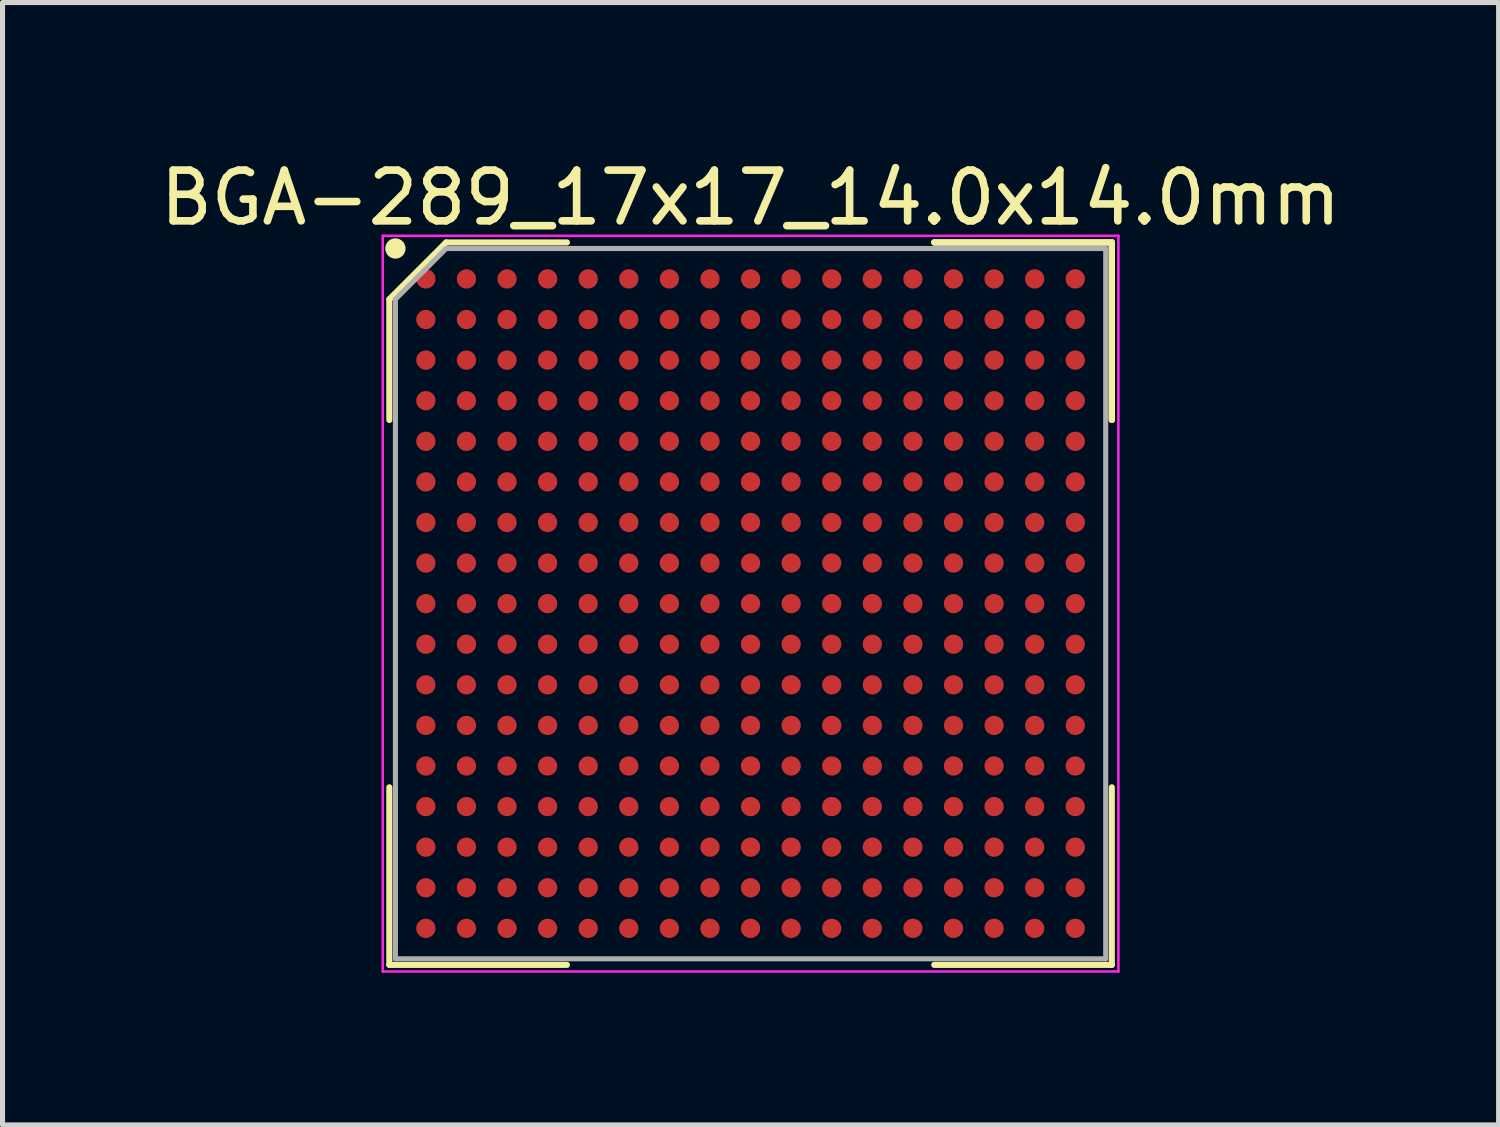
<source format=kicad_pcb>
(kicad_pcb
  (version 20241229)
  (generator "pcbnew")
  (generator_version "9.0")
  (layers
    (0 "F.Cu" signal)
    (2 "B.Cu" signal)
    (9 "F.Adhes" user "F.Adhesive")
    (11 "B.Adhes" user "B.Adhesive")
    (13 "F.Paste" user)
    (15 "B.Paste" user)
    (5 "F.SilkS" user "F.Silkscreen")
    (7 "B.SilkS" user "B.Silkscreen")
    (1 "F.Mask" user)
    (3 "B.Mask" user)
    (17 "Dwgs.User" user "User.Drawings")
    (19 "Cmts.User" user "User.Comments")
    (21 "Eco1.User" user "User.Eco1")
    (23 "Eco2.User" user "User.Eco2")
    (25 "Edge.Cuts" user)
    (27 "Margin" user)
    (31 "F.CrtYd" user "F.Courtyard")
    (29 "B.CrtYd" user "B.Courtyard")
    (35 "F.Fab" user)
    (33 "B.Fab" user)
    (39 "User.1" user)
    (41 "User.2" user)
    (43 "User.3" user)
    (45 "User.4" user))
  (footprint "BGA-289_17x17_14.0x14.0mm"
    (layer "F.Cu")
    (at 11.744 8.848)
    (property "Reference" "BGA-289_17x17_14.0x14.0mm" (at 0 -8 0) (layer "F.SilkS") (effects (font (size 1 1) (thickness 0.15))))
    (attr through_hole)
    (fp_line (start -7.12 -6) (end -7.12 -3.62) (stroke (width 0.12) (type solid)) (layer "F.SilkS"))
    (fp_line (start -7.12 7.12) (end -7.12 3.62) (stroke (width 0.12) (type solid)) (layer "F.SilkS"))
    (fp_line (start -6 -7.12) (end -7.12 -6) (stroke (width 0.12) (type solid)) (layer "F.SilkS"))
    (fp_line (start -3.62 -7.12) (end -6 -7.12) (stroke (width 0.12) (type solid)) (layer "F.SilkS"))
    (fp_line (start -3.62 7.12) (end -7.12 7.12) (stroke (width 0.12) (type solid)) (layer "F.SilkS"))
    (fp_line (start 3.62 -7.12) (end 7.12 -7.12) (stroke (width 0.12) (type solid)) (layer "F.SilkS"))
    (fp_line (start 3.62 -7.12) (end 7.12 -7.12) (stroke (width 0.12) (type solid)) (layer "F.SilkS"))
    (fp_line (start 3.62 -7.12) (end 7.12 -7.12) (stroke (width 0.12) (type solid)) (layer "F.SilkS"))
    (fp_line (start 3.62 7.12) (end 7.12 7.12) (stroke (width 0.12) (type solid)) (layer "F.SilkS"))
    (fp_line (start 7.12 -7.12) (end 7.12 -3.62) (stroke (width 0.12) (type solid)) (layer "F.SilkS"))
    (fp_line (start 7.12 -7.12) (end 7.12 -3.62) (stroke (width 0.12) (type solid)) (layer "F.SilkS"))
    (fp_line (start 7.12 -7.12) (end 7.12 -3.62) (stroke (width 0.12) (type solid)) (layer "F.SilkS"))
    (fp_line (start 7.12 7.12) (end 7.12 3.62) (stroke (width 0.12) (type solid)) (layer "F.SilkS"))
    (fp_circle (center -7 -7) (end -7 -6.9) (stroke (width 0.2) (type solid)) (fill no) (layer "F.SilkS"))
    (fp_line (start -7.25 -7.25) (end 7.25 -7.25) (stroke (width 0.05) (type solid)) (layer "F.CrtYd"))
    (fp_line (start -7.25 7.25) (end -7.25 -7.25) (stroke (width 0.05) (type solid)) (layer "F.CrtYd"))
    (fp_line (start 7.25 -7.25) (end 7.25 7.25) (stroke (width 0.05) (type solid)) (layer "F.CrtYd"))
    (fp_line (start 7.25 7.25) (end -7.25 7.25) (stroke (width 0.05) (type solid)) (layer "F.CrtYd"))
    (fp_line (start -7 -6) (end -7 7) (stroke (width 0.1) (type solid)) (layer "F.Fab"))
    (fp_line (start -7 7) (end 7 7) (stroke (width 0.1) (type solid)) (layer "F.Fab"))
    (fp_line (start -6 -7) (end -7 -6) (stroke (width 0.1) (type solid)) (layer "F.Fab"))
    (fp_line (start 7 -7) (end -6 -7) (stroke (width 0.1) (type solid)) (layer "F.Fab"))
    (fp_line (start 7 7) (end 7 -7) (stroke (width 0.1) (type solid)) (layer "F.Fab"))
    (pad "A1" smd circle (at -6.4 -6.4) (size 0.38 0.38) (layers "F.Cu" "F.Mask" "F.Paste"))
    (pad "A2" smd circle (at -5.6 -6.4) (size 0.38 0.38) (layers "F.Cu" "F.Mask" "F.Paste"))
    (pad "A3" smd circle (at -4.8 -6.4) (size 0.38 0.38) (layers "F.Cu" "F.Mask" "F.Paste"))
    (pad "A4" smd circle (at -4 -6.4) (size 0.38 0.38) (layers "F.Cu" "F.Mask" "F.Paste"))
    (pad "A5" smd circle (at -3.2 -6.4) (size 0.38 0.38) (layers "F.Cu" "F.Mask" "F.Paste"))
    (pad "A6" smd circle (at -2.4 -6.4) (size 0.38 0.38) (layers "F.Cu" "F.Mask" "F.Paste"))
    (pad "A7" smd circle (at -1.6 -6.4) (size 0.38 0.38) (layers "F.Cu" "F.Mask" "F.Paste"))
    (pad "A8" smd circle (at -0.8 -6.4) (size 0.38 0.38) (layers "F.Cu" "F.Mask" "F.Paste"))
    (pad "A9" smd circle (at 0 -6.4) (size 0.38 0.38) (layers "F.Cu" "F.Mask" "F.Paste"))
    (pad "A10" smd circle (at 0.8 -6.4) (size 0.38 0.38) (layers "F.Cu" "F.Mask" "F.Paste"))
    (pad "A11" smd circle (at 1.6 -6.4) (size 0.38 0.38) (layers "F.Cu" "F.Mask" "F.Paste"))
    (pad "A12" smd circle (at 2.4 -6.4) (size 0.38 0.38) (layers "F.Cu" "F.Mask" "F.Paste"))
    (pad "A13" smd circle (at 3.2 -6.4) (size 0.38 0.38) (layers "F.Cu" "F.Mask" "F.Paste"))
    (pad "A14" smd circle (at 4 -6.4) (size 0.38 0.38) (layers "F.Cu" "F.Mask" "F.Paste"))
    (pad "A15" smd circle (at 4.8 -6.4) (size 0.38 0.38) (layers "F.Cu" "F.Mask" "F.Paste"))
    (pad "A16" smd circle (at 5.6 -6.4) (size 0.38 0.38) (layers "F.Cu" "F.Mask" "F.Paste"))
    (pad "A17" smd circle (at 6.4 -6.4) (size 0.38 0.38) (layers "F.Cu" "F.Mask" "F.Paste"))
    (pad "B1" smd circle (at -6.4 -5.6) (size 0.38 0.38) (layers "F.Cu" "F.Mask" "F.Paste"))
    (pad "B2" smd circle (at -5.6 -5.6) (size 0.38 0.38) (layers "F.Cu" "F.Mask" "F.Paste"))
    (pad "B3" smd circle (at -4.8 -5.6) (size 0.38 0.38) (layers "F.Cu" "F.Mask" "F.Paste"))
    (pad "B4" smd circle (at -4 -5.6) (size 0.38 0.38) (layers "F.Cu" "F.Mask" "F.Paste"))
    (pad "B5" smd circle (at -3.2 -5.6) (size 0.38 0.38) (layers "F.Cu" "F.Mask" "F.Paste"))
    (pad "B6" smd circle (at -2.4 -5.6) (size 0.38 0.38) (layers "F.Cu" "F.Mask" "F.Paste"))
    (pad "B7" smd circle (at -1.6 -5.6) (size 0.38 0.38) (layers "F.Cu" "F.Mask" "F.Paste"))
    (pad "B8" smd circle (at -0.8 -5.6) (size 0.38 0.38) (layers "F.Cu" "F.Mask" "F.Paste"))
    (pad "B9" smd circle (at 0 -5.6) (size 0.38 0.38) (layers "F.Cu" "F.Mask" "F.Paste"))
    (pad "B10" smd circle (at 0.8 -5.6) (size 0.38 0.38) (layers "F.Cu" "F.Mask" "F.Paste"))
    (pad "B11" smd circle (at 1.6 -5.6) (size 0.38 0.38) (layers "F.Cu" "F.Mask" "F.Paste"))
    (pad "B12" smd circle (at 2.4 -5.6) (size 0.38 0.38) (layers "F.Cu" "F.Mask" "F.Paste"))
    (pad "B13" smd circle (at 3.2 -5.6) (size 0.38 0.38) (layers "F.Cu" "F.Mask" "F.Paste"))
    (pad "B14" smd circle (at 4 -5.6) (size 0.38 0.38) (layers "F.Cu" "F.Mask" "F.Paste"))
    (pad "B15" smd circle (at 4.8 -5.6) (size 0.38 0.38) (layers "F.Cu" "F.Mask" "F.Paste"))
    (pad "B16" smd circle (at 5.6 -5.6) (size 0.38 0.38) (layers "F.Cu" "F.Mask" "F.Paste"))
    (pad "B17" smd circle (at 6.4 -5.6) (size 0.38 0.38) (layers "F.Cu" "F.Mask" "F.Paste"))
    (pad "C1" smd circle (at -6.4 -4.8) (size 0.38 0.38) (layers "F.Cu" "F.Mask" "F.Paste"))
    (pad "C2" smd circle (at -5.6 -4.8) (size 0.38 0.38) (layers "F.Cu" "F.Mask" "F.Paste"))
    (pad "C3" smd circle (at -4.8 -4.8) (size 0.38 0.38) (layers "F.Cu" "F.Mask" "F.Paste"))
    (pad "C4" smd circle (at -4 -4.8) (size 0.38 0.38) (layers "F.Cu" "F.Mask" "F.Paste"))
    (pad "C5" smd circle (at -3.2 -4.8) (size 0.38 0.38) (layers "F.Cu" "F.Mask" "F.Paste"))
    (pad "C6" smd circle (at -2.4 -4.8) (size 0.38 0.38) (layers "F.Cu" "F.Mask" "F.Paste"))
    (pad "C7" smd circle (at -1.6 -4.8) (size 0.38 0.38) (layers "F.Cu" "F.Mask" "F.Paste"))
    (pad "C8" smd circle (at -0.8 -4.8) (size 0.38 0.38) (layers "F.Cu" "F.Mask" "F.Paste"))
    (pad "C9" smd circle (at 0 -4.8) (size 0.38 0.38) (layers "F.Cu" "F.Mask" "F.Paste"))
    (pad "C10" smd circle (at 0.8 -4.8) (size 0.38 0.38) (layers "F.Cu" "F.Mask" "F.Paste"))
    (pad "C11" smd circle (at 1.6 -4.8) (size 0.38 0.38) (layers "F.Cu" "F.Mask" "F.Paste"))
    (pad "C12" smd circle (at 2.4 -4.8) (size 0.38 0.38) (layers "F.Cu" "F.Mask" "F.Paste"))
    (pad "C13" smd circle (at 3.2 -4.8) (size 0.38 0.38) (layers "F.Cu" "F.Mask" "F.Paste"))
    (pad "C14" smd circle (at 4 -4.8) (size 0.38 0.38) (layers "F.Cu" "F.Mask" "F.Paste"))
    (pad "C15" smd circle (at 4.8 -4.8) (size 0.38 0.38) (layers "F.Cu" "F.Mask" "F.Paste"))
    (pad "C16" smd circle (at 5.6 -4.8) (size 0.38 0.38) (layers "F.Cu" "F.Mask" "F.Paste"))
    (pad "C17" smd circle (at 6.4 -4.8) (size 0.38 0.38) (layers "F.Cu" "F.Mask" "F.Paste"))
    (pad "D1" smd circle (at -6.4 -4) (size 0.38 0.38) (layers "F.Cu" "F.Mask" "F.Paste"))
    (pad "D2" smd circle (at -5.6 -4) (size 0.38 0.38) (layers "F.Cu" "F.Mask" "F.Paste"))
    (pad "D3" smd circle (at -4.8 -4) (size 0.38 0.38) (layers "F.Cu" "F.Mask" "F.Paste"))
    (pad "D4" smd circle (at -4 -4) (size 0.38 0.38) (layers "F.Cu" "F.Mask" "F.Paste"))
    (pad "D5" smd circle (at -3.2 -4) (size 0.38 0.38) (layers "F.Cu" "F.Mask" "F.Paste"))
    (pad "D6" smd circle (at -2.4 -4) (size 0.38 0.38) (layers "F.Cu" "F.Mask" "F.Paste"))
    (pad "D7" smd circle (at -1.6 -4) (size 0.38 0.38) (layers "F.Cu" "F.Mask" "F.Paste"))
    (pad "D8" smd circle (at -0.8 -4) (size 0.38 0.38) (layers "F.Cu" "F.Mask" "F.Paste"))
    (pad "D9" smd circle (at 0 -4) (size 0.38 0.38) (layers "F.Cu" "F.Mask" "F.Paste"))
    (pad "D10" smd circle (at 0.8 -4) (size 0.38 0.38) (layers "F.Cu" "F.Mask" "F.Paste"))
    (pad "D11" smd circle (at 1.6 -4) (size 0.38 0.38) (layers "F.Cu" "F.Mask" "F.Paste"))
    (pad "D12" smd circle (at 2.4 -4) (size 0.38 0.38) (layers "F.Cu" "F.Mask" "F.Paste"))
    (pad "D13" smd circle (at 3.2 -4) (size 0.38 0.38) (layers "F.Cu" "F.Mask" "F.Paste"))
    (pad "D14" smd circle (at 4 -4) (size 0.38 0.38) (layers "F.Cu" "F.Mask" "F.Paste"))
    (pad "D15" smd circle (at 4.8 -4) (size 0.38 0.38) (layers "F.Cu" "F.Mask" "F.Paste"))
    (pad "D16" smd circle (at 5.6 -4) (size 0.38 0.38) (layers "F.Cu" "F.Mask" "F.Paste"))
    (pad "D17" smd circle (at 6.4 -4) (size 0.38 0.38) (layers "F.Cu" "F.Mask" "F.Paste"))
    (pad "E1" smd circle (at -6.4 -3.2) (size 0.38 0.38) (layers "F.Cu" "F.Mask" "F.Paste"))
    (pad "E2" smd circle (at -5.6 -3.2) (size 0.38 0.38) (layers "F.Cu" "F.Mask" "F.Paste"))
    (pad "E3" smd circle (at -4.8 -3.2) (size 0.38 0.38) (layers "F.Cu" "F.Mask" "F.Paste"))
    (pad "E4" smd circle (at -4 -3.2) (size 0.38 0.38) (layers "F.Cu" "F.Mask" "F.Paste"))
    (pad "E5" smd circle (at -3.2 -3.2) (size 0.38 0.38) (layers "F.Cu" "F.Mask" "F.Paste"))
    (pad "E6" smd circle (at -2.4 -3.2) (size 0.38 0.38) (layers "F.Cu" "F.Mask" "F.Paste"))
    (pad "E7" smd circle (at -1.6 -3.2) (size 0.38 0.38) (layers "F.Cu" "F.Mask" "F.Paste"))
    (pad "E8" smd circle (at -0.8 -3.2) (size 0.38 0.38) (layers "F.Cu" "F.Mask" "F.Paste"))
    (pad "E9" smd circle (at 0 -3.2) (size 0.38 0.38) (layers "F.Cu" "F.Mask" "F.Paste"))
    (pad "E10" smd circle (at 0.8 -3.2) (size 0.38 0.38) (layers "F.Cu" "F.Mask" "F.Paste"))
    (pad "E11" smd circle (at 1.6 -3.2) (size 0.38 0.38) (layers "F.Cu" "F.Mask" "F.Paste"))
    (pad "E12" smd circle (at 2.4 -3.2) (size 0.38 0.38) (layers "F.Cu" "F.Mask" "F.Paste"))
    (pad "E13" smd circle (at 3.2 -3.2) (size 0.38 0.38) (layers "F.Cu" "F.Mask" "F.Paste"))
    (pad "E14" smd circle (at 4 -3.2) (size 0.38 0.38) (layers "F.Cu" "F.Mask" "F.Paste"))
    (pad "E15" smd circle (at 4.8 -3.2) (size 0.38 0.38) (layers "F.Cu" "F.Mask" "F.Paste"))
    (pad "E16" smd circle (at 5.6 -3.2) (size 0.38 0.38) (layers "F.Cu" "F.Mask" "F.Paste"))
    (pad "E17" smd circle (at 6.4 -3.2) (size 0.38 0.38) (layers "F.Cu" "F.Mask" "F.Paste"))
    (pad "F1" smd circle (at -6.4 -2.4) (size 0.38 0.38) (layers "F.Cu" "F.Mask" "F.Paste"))
    (pad "F2" smd circle (at -5.6 -2.4) (size 0.38 0.38) (layers "F.Cu" "F.Mask" "F.Paste"))
    (pad "F3" smd circle (at -4.8 -2.4) (size 0.38 0.38) (layers "F.Cu" "F.Mask" "F.Paste"))
    (pad "F4" smd circle (at -4 -2.4) (size 0.38 0.38) (layers "F.Cu" "F.Mask" "F.Paste"))
    (pad "F5" smd circle (at -3.2 -2.4) (size 0.38 0.38) (layers "F.Cu" "F.Mask" "F.Paste"))
    (pad "F6" smd circle (at -2.4 -2.4) (size 0.38 0.38) (layers "F.Cu" "F.Mask" "F.Paste"))
    (pad "F7" smd circle (at -1.6 -2.4) (size 0.38 0.38) (layers "F.Cu" "F.Mask" "F.Paste"))
    (pad "F8" smd circle (at -0.8 -2.4) (size 0.38 0.38) (layers "F.Cu" "F.Mask" "F.Paste"))
    (pad "F9" smd circle (at 0 -2.4) (size 0.38 0.38) (layers "F.Cu" "F.Mask" "F.Paste"))
    (pad "F10" smd circle (at 0.8 -2.4) (size 0.38 0.38) (layers "F.Cu" "F.Mask" "F.Paste"))
    (pad "F11" smd circle (at 1.6 -2.4) (size 0.38 0.38) (layers "F.Cu" "F.Mask" "F.Paste"))
    (pad "F12" smd circle (at 2.4 -2.4) (size 0.38 0.38) (layers "F.Cu" "F.Mask" "F.Paste"))
    (pad "F13" smd circle (at 3.2 -2.4) (size 0.38 0.38) (layers "F.Cu" "F.Mask" "F.Paste"))
    (pad "F14" smd circle (at 4 -2.4) (size 0.38 0.38) (layers "F.Cu" "F.Mask" "F.Paste"))
    (pad "F15" smd circle (at 4.8 -2.4) (size 0.38 0.38) (layers "F.Cu" "F.Mask" "F.Paste"))
    (pad "F16" smd circle (at 5.6 -2.4) (size 0.38 0.38) (layers "F.Cu" "F.Mask" "F.Paste"))
    (pad "F17" smd circle (at 6.4 -2.4) (size 0.38 0.38) (layers "F.Cu" "F.Mask" "F.Paste"))
    (pad "G1" smd circle (at -6.4 -1.6) (size 0.38 0.38) (layers "F.Cu" "F.Mask" "F.Paste"))
    (pad "G2" smd circle (at -5.6 -1.6) (size 0.38 0.38) (layers "F.Cu" "F.Mask" "F.Paste"))
    (pad "G3" smd circle (at -4.8 -1.6) (size 0.38 0.38) (layers "F.Cu" "F.Mask" "F.Paste"))
    (pad "G4" smd circle (at -4 -1.6) (size 0.38 0.38) (layers "F.Cu" "F.Mask" "F.Paste"))
    (pad "G5" smd circle (at -3.2 -1.6) (size 0.38 0.38) (layers "F.Cu" "F.Mask" "F.Paste"))
    (pad "G6" smd circle (at -2.4 -1.6) (size 0.38 0.38) (layers "F.Cu" "F.Mask" "F.Paste"))
    (pad "G7" smd circle (at -1.6 -1.6) (size 0.38 0.38) (layers "F.Cu" "F.Mask" "F.Paste"))
    (pad "G8" smd circle (at -0.8 -1.6) (size 0.38 0.38) (layers "F.Cu" "F.Mask" "F.Paste"))
    (pad "G9" smd circle (at 0 -1.6) (size 0.38 0.38) (layers "F.Cu" "F.Mask" "F.Paste"))
    (pad "G10" smd circle (at 0.8 -1.6) (size 0.38 0.38) (layers "F.Cu" "F.Mask" "F.Paste"))
    (pad "G11" smd circle (at 1.6 -1.6) (size 0.38 0.38) (layers "F.Cu" "F.Mask" "F.Paste"))
    (pad "G12" smd circle (at 2.4 -1.6) (size 0.38 0.38) (layers "F.Cu" "F.Mask" "F.Paste"))
    (pad "G13" smd circle (at 3.2 -1.6) (size 0.38 0.38) (layers "F.Cu" "F.Mask" "F.Paste"))
    (pad "G14" smd circle (at 4 -1.6) (size 0.38 0.38) (layers "F.Cu" "F.Mask" "F.Paste"))
    (pad "G15" smd circle (at 4.8 -1.6) (size 0.38 0.38) (layers "F.Cu" "F.Mask" "F.Paste"))
    (pad "G16" smd circle (at 5.6 -1.6) (size 0.38 0.38) (layers "F.Cu" "F.Mask" "F.Paste"))
    (pad "G17" smd circle (at 6.4 -1.6) (size 0.38 0.38) (layers "F.Cu" "F.Mask" "F.Paste"))
    (pad "H1" smd circle (at -6.4 -0.8) (size 0.38 0.38) (layers "F.Cu" "F.Mask" "F.Paste"))
    (pad "H2" smd circle (at -5.6 -0.8) (size 0.38 0.38) (layers "F.Cu" "F.Mask" "F.Paste"))
    (pad "H3" smd circle (at -4.8 -0.8) (size 0.38 0.38) (layers "F.Cu" "F.Mask" "F.Paste"))
    (pad "H4" smd circle (at -4 -0.8) (size 0.38 0.38) (layers "F.Cu" "F.Mask" "F.Paste"))
    (pad "H5" smd circle (at -3.2 -0.8) (size 0.38 0.38) (layers "F.Cu" "F.Mask" "F.Paste"))
    (pad "H6" smd circle (at -2.4 -0.8) (size 0.38 0.38) (layers "F.Cu" "F.Mask" "F.Paste"))
    (pad "H7" smd circle (at -1.6 -0.8) (size 0.38 0.38) (layers "F.Cu" "F.Mask" "F.Paste"))
    (pad "H8" smd circle (at -0.8 -0.8) (size 0.38 0.38) (layers "F.Cu" "F.Mask" "F.Paste"))
    (pad "H9" smd circle (at 0 -0.8) (size 0.38 0.38) (layers "F.Cu" "F.Mask" "F.Paste"))
    (pad "H10" smd circle (at 0.8 -0.8) (size 0.38 0.38) (layers "F.Cu" "F.Mask" "F.Paste"))
    (pad "H11" smd circle (at 1.6 -0.8) (size 0.38 0.38) (layers "F.Cu" "F.Mask" "F.Paste"))
    (pad "H12" smd circle (at 2.4 -0.8) (size 0.38 0.38) (layers "F.Cu" "F.Mask" "F.Paste"))
    (pad "H13" smd circle (at 3.2 -0.8) (size 0.38 0.38) (layers "F.Cu" "F.Mask" "F.Paste"))
    (pad "H14" smd circle (at 4 -0.8) (size 0.38 0.38) (layers "F.Cu" "F.Mask" "F.Paste"))
    (pad "H15" smd circle (at 4.8 -0.8) (size 0.38 0.38) (layers "F.Cu" "F.Mask" "F.Paste"))
    (pad "H16" smd circle (at 5.6 -0.8) (size 0.38 0.38) (layers "F.Cu" "F.Mask" "F.Paste"))
    (pad "H17" smd circle (at 6.4 -0.8) (size 0.38 0.38) (layers "F.Cu" "F.Mask" "F.Paste"))
    (pad "J1" smd circle (at -6.4 0) (size 0.38 0.38) (layers "F.Cu" "F.Mask" "F.Paste"))
    (pad "J2" smd circle (at -5.6 0) (size 0.38 0.38) (layers "F.Cu" "F.Mask" "F.Paste"))
    (pad "J3" smd circle (at -4.8 0) (size 0.38 0.38) (layers "F.Cu" "F.Mask" "F.Paste"))
    (pad "J4" smd circle (at -4 0) (size 0.38 0.38) (layers "F.Cu" "F.Mask" "F.Paste"))
    (pad "J5" smd circle (at -3.2 0) (size 0.38 0.38) (layers "F.Cu" "F.Mask" "F.Paste"))
    (pad "J6" smd circle (at -2.4 0) (size 0.38 0.38) (layers "F.Cu" "F.Mask" "F.Paste"))
    (pad "J7" smd circle (at -1.6 0) (size 0.38 0.38) (layers "F.Cu" "F.Mask" "F.Paste"))
    (pad "J8" smd circle (at -0.8 0) (size 0.38 0.38) (layers "F.Cu" "F.Mask" "F.Paste"))
    (pad "J9" smd circle (at 0 0) (size 0.38 0.38) (layers "F.Cu" "F.Mask" "F.Paste"))
    (pad "J10" smd circle (at 0.8 0) (size 0.38 0.38) (layers "F.Cu" "F.Mask" "F.Paste"))
    (pad "J11" smd circle (at 1.6 0) (size 0.38 0.38) (layers "F.Cu" "F.Mask" "F.Paste"))
    (pad "J12" smd circle (at 2.4 0) (size 0.38 0.38) (layers "F.Cu" "F.Mask" "F.Paste"))
    (pad "J13" smd circle (at 3.2 0) (size 0.38 0.38) (layers "F.Cu" "F.Mask" "F.Paste"))
    (pad "J14" smd circle (at 4 0) (size 0.38 0.38) (layers "F.Cu" "F.Mask" "F.Paste"))
    (pad "J15" smd circle (at 4.8 0) (size 0.38 0.38) (layers "F.Cu" "F.Mask" "F.Paste"))
    (pad "J16" smd circle (at 5.6 0) (size 0.38 0.38) (layers "F.Cu" "F.Mask" "F.Paste"))
    (pad "J17" smd circle (at 6.4 0) (size 0.38 0.38) (layers "F.Cu" "F.Mask" "F.Paste"))
    (pad "K1" smd circle (at -6.4 0.8) (size 0.38 0.38) (layers "F.Cu" "F.Mask" "F.Paste"))
    (pad "K2" smd circle (at -5.6 0.8) (size 0.38 0.38) (layers "F.Cu" "F.Mask" "F.Paste"))
    (pad "K3" smd circle (at -4.8 0.8) (size 0.38 0.38) (layers "F.Cu" "F.Mask" "F.Paste"))
    (pad "K4" smd circle (at -4 0.8) (size 0.38 0.38) (layers "F.Cu" "F.Mask" "F.Paste"))
    (pad "K5" smd circle (at -3.2 0.8) (size 0.38 0.38) (layers "F.Cu" "F.Mask" "F.Paste"))
    (pad "K6" smd circle (at -2.4 0.8) (size 0.38 0.38) (layers "F.Cu" "F.Mask" "F.Paste"))
    (pad "K7" smd circle (at -1.6 0.8) (size 0.38 0.38) (layers "F.Cu" "F.Mask" "F.Paste"))
    (pad "K8" smd circle (at -0.8 0.8) (size 0.38 0.38) (layers "F.Cu" "F.Mask" "F.Paste"))
    (pad "K9" smd circle (at 0 0.8) (size 0.38 0.38) (layers "F.Cu" "F.Mask" "F.Paste"))
    (pad "K10" smd circle (at 0.8 0.8) (size 0.38 0.38) (layers "F.Cu" "F.Mask" "F.Paste"))
    (pad "K11" smd circle (at 1.6 0.8) (size 0.38 0.38) (layers "F.Cu" "F.Mask" "F.Paste"))
    (pad "K12" smd circle (at 2.4 0.8) (size 0.38 0.38) (layers "F.Cu" "F.Mask" "F.Paste"))
    (pad "K13" smd circle (at 3.2 0.8) (size 0.38 0.38) (layers "F.Cu" "F.Mask" "F.Paste"))
    (pad "K14" smd circle (at 4 0.8) (size 0.38 0.38) (layers "F.Cu" "F.Mask" "F.Paste"))
    (pad "K15" smd circle (at 4.8 0.8) (size 0.38 0.38) (layers "F.Cu" "F.Mask" "F.Paste"))
    (pad "K16" smd circle (at 5.6 0.8) (size 0.38 0.38) (layers "F.Cu" "F.Mask" "F.Paste"))
    (pad "K17" smd circle (at 6.4 0.8) (size 0.38 0.38) (layers "F.Cu" "F.Mask" "F.Paste"))
    (pad "L1" smd circle (at -6.4 1.6) (size 0.38 0.38) (layers "F.Cu" "F.Mask" "F.Paste"))
    (pad "L2" smd circle (at -5.6 1.6) (size 0.38 0.38) (layers "F.Cu" "F.Mask" "F.Paste"))
    (pad "L3" smd circle (at -4.8 1.6) (size 0.38 0.38) (layers "F.Cu" "F.Mask" "F.Paste"))
    (pad "L4" smd circle (at -4 1.6) (size 0.38 0.38) (layers "F.Cu" "F.Mask" "F.Paste"))
    (pad "L5" smd circle (at -3.2 1.6) (size 0.38 0.38) (layers "F.Cu" "F.Mask" "F.Paste"))
    (pad "L6" smd circle (at -2.4 1.6) (size 0.38 0.38) (layers "F.Cu" "F.Mask" "F.Paste"))
    (pad "L7" smd circle (at -1.6 1.6) (size 0.38 0.38) (layers "F.Cu" "F.Mask" "F.Paste"))
    (pad "L8" smd circle (at -0.8 1.6) (size 0.38 0.38) (layers "F.Cu" "F.Mask" "F.Paste"))
    (pad "L9" smd circle (at 0 1.6) (size 0.38 0.38) (layers "F.Cu" "F.Mask" "F.Paste"))
    (pad "L10" smd circle (at 0.8 1.6) (size 0.38 0.38) (layers "F.Cu" "F.Mask" "F.Paste"))
    (pad "L11" smd circle (at 1.6 1.6) (size 0.38 0.38) (layers "F.Cu" "F.Mask" "F.Paste"))
    (pad "L12" smd circle (at 2.4 1.6) (size 0.38 0.38) (layers "F.Cu" "F.Mask" "F.Paste"))
    (pad "L13" smd circle (at 3.2 1.6) (size 0.38 0.38) (layers "F.Cu" "F.Mask" "F.Paste"))
    (pad "L14" smd circle (at 4 1.6) (size 0.38 0.38) (layers "F.Cu" "F.Mask" "F.Paste"))
    (pad "L15" smd circle (at 4.8 1.6) (size 0.38 0.38) (layers "F.Cu" "F.Mask" "F.Paste"))
    (pad "L16" smd circle (at 5.6 1.6) (size 0.38 0.38) (layers "F.Cu" "F.Mask" "F.Paste"))
    (pad "L17" smd circle (at 6.4 1.6) (size 0.38 0.38) (layers "F.Cu" "F.Mask" "F.Paste"))
    (pad "M1" smd circle (at -6.4 2.4) (size 0.38 0.38) (layers "F.Cu" "F.Mask" "F.Paste"))
    (pad "M2" smd circle (at -5.6 2.4) (size 0.38 0.38) (layers "F.Cu" "F.Mask" "F.Paste"))
    (pad "M3" smd circle (at -4.8 2.4) (size 0.38 0.38) (layers "F.Cu" "F.Mask" "F.Paste"))
    (pad "M4" smd circle (at -4 2.4) (size 0.38 0.38) (layers "F.Cu" "F.Mask" "F.Paste"))
    (pad "M5" smd circle (at -3.2 2.4) (size 0.38 0.38) (layers "F.Cu" "F.Mask" "F.Paste"))
    (pad "M6" smd circle (at -2.4 2.4) (size 0.38 0.38) (layers "F.Cu" "F.Mask" "F.Paste"))
    (pad "M7" smd circle (at -1.6 2.4) (size 0.38 0.38) (layers "F.Cu" "F.Mask" "F.Paste"))
    (pad "M8" smd circle (at -0.8 2.4) (size 0.38 0.38) (layers "F.Cu" "F.Mask" "F.Paste"))
    (pad "M9" smd circle (at 0 2.4) (size 0.38 0.38) (layers "F.Cu" "F.Mask" "F.Paste"))
    (pad "M10" smd circle (at 0.8 2.4) (size 0.38 0.38) (layers "F.Cu" "F.Mask" "F.Paste"))
    (pad "M11" smd circle (at 1.6 2.4) (size 0.38 0.38) (layers "F.Cu" "F.Mask" "F.Paste"))
    (pad "M12" smd circle (at 2.4 2.4) (size 0.38 0.38) (layers "F.Cu" "F.Mask" "F.Paste"))
    (pad "M13" smd circle (at 3.2 2.4) (size 0.38 0.38) (layers "F.Cu" "F.Mask" "F.Paste"))
    (pad "M14" smd circle (at 4 2.4) (size 0.38 0.38) (layers "F.Cu" "F.Mask" "F.Paste"))
    (pad "M15" smd circle (at 4.8 2.4) (size 0.38 0.38) (layers "F.Cu" "F.Mask" "F.Paste"))
    (pad "M16" smd circle (at 5.6 2.4) (size 0.38 0.38) (layers "F.Cu" "F.Mask" "F.Paste"))
    (pad "M17" smd circle (at 6.4 2.4) (size 0.38 0.38) (layers "F.Cu" "F.Mask" "F.Paste"))
    (pad "N1" smd circle (at -6.4 3.2) (size 0.38 0.38) (layers "F.Cu" "F.Mask" "F.Paste"))
    (pad "N2" smd circle (at -5.6 3.2) (size 0.38 0.38) (layers "F.Cu" "F.Mask" "F.Paste"))
    (pad "N3" smd circle (at -4.8 3.2) (size 0.38 0.38) (layers "F.Cu" "F.Mask" "F.Paste"))
    (pad "N4" smd circle (at -4 3.2) (size 0.38 0.38) (layers "F.Cu" "F.Mask" "F.Paste"))
    (pad "N5" smd circle (at -3.2 3.2) (size 0.38 0.38) (layers "F.Cu" "F.Mask" "F.Paste"))
    (pad "N6" smd circle (at -2.4 3.2) (size 0.38 0.38) (layers "F.Cu" "F.Mask" "F.Paste"))
    (pad "N7" smd circle (at -1.6 3.2) (size 0.38 0.38) (layers "F.Cu" "F.Mask" "F.Paste"))
    (pad "N8" smd circle (at -0.8 3.2) (size 0.38 0.38) (layers "F.Cu" "F.Mask" "F.Paste"))
    (pad "N9" smd circle (at 0 3.2) (size 0.38 0.38) (layers "F.Cu" "F.Mask" "F.Paste"))
    (pad "N10" smd circle (at 0.8 3.2) (size 0.38 0.38) (layers "F.Cu" "F.Mask" "F.Paste"))
    (pad "N11" smd circle (at 1.6 3.2) (size 0.38 0.38) (layers "F.Cu" "F.Mask" "F.Paste"))
    (pad "N12" smd circle (at 2.4 3.2) (size 0.38 0.38) (layers "F.Cu" "F.Mask" "F.Paste"))
    (pad "N13" smd circle (at 3.2 3.2) (size 0.38 0.38) (layers "F.Cu" "F.Mask" "F.Paste"))
    (pad "N14" smd circle (at 4 3.2) (size 0.38 0.38) (layers "F.Cu" "F.Mask" "F.Paste"))
    (pad "N15" smd circle (at 4.8 3.2) (size 0.38 0.38) (layers "F.Cu" "F.Mask" "F.Paste"))
    (pad "N16" smd circle (at 5.6 3.2) (size 0.38 0.38) (layers "F.Cu" "F.Mask" "F.Paste"))
    (pad "N17" smd circle (at 6.4 3.2) (size 0.38 0.38) (layers "F.Cu" "F.Mask" "F.Paste"))
    (pad "P1" smd circle (at -6.4 4) (size 0.38 0.38) (layers "F.Cu" "F.Mask" "F.Paste"))
    (pad "P2" smd circle (at -5.6 4) (size 0.38 0.38) (layers "F.Cu" "F.Mask" "F.Paste"))
    (pad "P3" smd circle (at -4.8 4) (size 0.38 0.38) (layers "F.Cu" "F.Mask" "F.Paste"))
    (pad "P4" smd circle (at -4 4) (size 0.38 0.38) (layers "F.Cu" "F.Mask" "F.Paste"))
    (pad "P5" smd circle (at -3.2 4) (size 0.38 0.38) (layers "F.Cu" "F.Mask" "F.Paste"))
    (pad "P6" smd circle (at -2.4 4) (size 0.38 0.38) (layers "F.Cu" "F.Mask" "F.Paste"))
    (pad "P7" smd circle (at -1.6 4) (size 0.38 0.38) (layers "F.Cu" "F.Mask" "F.Paste"))
    (pad "P8" smd circle (at -0.8 4) (size 0.38 0.38) (layers "F.Cu" "F.Mask" "F.Paste"))
    (pad "P9" smd circle (at 0 4) (size 0.38 0.38) (layers "F.Cu" "F.Mask" "F.Paste"))
    (pad "P10" smd circle (at 0.8 4) (size 0.38 0.38) (layers "F.Cu" "F.Mask" "F.Paste"))
    (pad "P11" smd circle (at 1.6 4) (size 0.38 0.38) (layers "F.Cu" "F.Mask" "F.Paste"))
    (pad "P12" smd circle (at 2.4 4) (size 0.38 0.38) (layers "F.Cu" "F.Mask" "F.Paste"))
    (pad "P13" smd circle (at 3.2 4) (size 0.38 0.38) (layers "F.Cu" "F.Mask" "F.Paste"))
    (pad "P14" smd circle (at 4 4) (size 0.38 0.38) (layers "F.Cu" "F.Mask" "F.Paste"))
    (pad "P15" smd circle (at 4.8 4) (size 0.38 0.38) (layers "F.Cu" "F.Mask" "F.Paste"))
    (pad "P16" smd circle (at 5.6 4) (size 0.38 0.38) (layers "F.Cu" "F.Mask" "F.Paste"))
    (pad "P17" smd circle (at 6.4 4) (size 0.38 0.38) (layers "F.Cu" "F.Mask" "F.Paste"))
    (pad "R1" smd circle (at -6.4 4.8) (size 0.38 0.38) (layers "F.Cu" "F.Mask" "F.Paste"))
    (pad "R2" smd circle (at -5.6 4.8) (size 0.38 0.38) (layers "F.Cu" "F.Mask" "F.Paste"))
    (pad "R3" smd circle (at -4.8 4.8) (size 0.38 0.38) (layers "F.Cu" "F.Mask" "F.Paste"))
    (pad "R4" smd circle (at -4 4.8) (size 0.38 0.38) (layers "F.Cu" "F.Mask" "F.Paste"))
    (pad "R5" smd circle (at -3.2 4.8) (size 0.38 0.38) (layers "F.Cu" "F.Mask" "F.Paste"))
    (pad "R6" smd circle (at -2.4 4.8) (size 0.38 0.38) (layers "F.Cu" "F.Mask" "F.Paste"))
    (pad "R7" smd circle (at -1.6 4.8) (size 0.38 0.38) (layers "F.Cu" "F.Mask" "F.Paste"))
    (pad "R8" smd circle (at -0.8 4.8) (size 0.38 0.38) (layers "F.Cu" "F.Mask" "F.Paste"))
    (pad "R9" smd circle (at 0 4.8) (size 0.38 0.38) (layers "F.Cu" "F.Mask" "F.Paste"))
    (pad "R10" smd circle (at 0.8 4.8) (size 0.38 0.38) (layers "F.Cu" "F.Mask" "F.Paste"))
    (pad "R11" smd circle (at 1.6 4.8) (size 0.38 0.38) (layers "F.Cu" "F.Mask" "F.Paste"))
    (pad "R12" smd circle (at 2.4 4.8) (size 0.38 0.38) (layers "F.Cu" "F.Mask" "F.Paste"))
    (pad "R13" smd circle (at 3.2 4.8) (size 0.38 0.38) (layers "F.Cu" "F.Mask" "F.Paste"))
    (pad "R14" smd circle (at 4 4.8) (size 0.38 0.38) (layers "F.Cu" "F.Mask" "F.Paste"))
    (pad "R15" smd circle (at 4.8 4.8) (size 0.38 0.38) (layers "F.Cu" "F.Mask" "F.Paste"))
    (pad "R16" smd circle (at 5.6 4.8) (size 0.38 0.38) (layers "F.Cu" "F.Mask" "F.Paste"))
    (pad "R17" smd circle (at 6.4 4.8) (size 0.38 0.38) (layers "F.Cu" "F.Mask" "F.Paste"))
    (pad "T1" smd circle (at -6.4 5.6) (size 0.38 0.38) (layers "F.Cu" "F.Mask" "F.Paste"))
    (pad "T2" smd circle (at -5.6 5.6) (size 0.38 0.38) (layers "F.Cu" "F.Mask" "F.Paste"))
    (pad "T3" smd circle (at -4.8 5.6) (size 0.38 0.38) (layers "F.Cu" "F.Mask" "F.Paste"))
    (pad "T4" smd circle (at -4 5.6) (size 0.38 0.38) (layers "F.Cu" "F.Mask" "F.Paste"))
    (pad "T5" smd circle (at -3.2 5.6) (size 0.38 0.38) (layers "F.Cu" "F.Mask" "F.Paste"))
    (pad "T6" smd circle (at -2.4 5.6) (size 0.38 0.38) (layers "F.Cu" "F.Mask" "F.Paste"))
    (pad "T7" smd circle (at -1.6 5.6) (size 0.38 0.38) (layers "F.Cu" "F.Mask" "F.Paste"))
    (pad "T8" smd circle (at -0.8 5.6) (size 0.38 0.38) (layers "F.Cu" "F.Mask" "F.Paste"))
    (pad "T9" smd circle (at 0 5.6) (size 0.38 0.38) (layers "F.Cu" "F.Mask" "F.Paste"))
    (pad "T10" smd circle (at 0.8 5.6) (size 0.38 0.38) (layers "F.Cu" "F.Mask" "F.Paste"))
    (pad "T11" smd circle (at 1.6 5.6) (size 0.38 0.38) (layers "F.Cu" "F.Mask" "F.Paste"))
    (pad "T12" smd circle (at 2.4 5.6) (size 0.38 0.38) (layers "F.Cu" "F.Mask" "F.Paste"))
    (pad "T13" smd circle (at 3.2 5.6) (size 0.38 0.38) (layers "F.Cu" "F.Mask" "F.Paste"))
    (pad "T14" smd circle (at 4 5.6) (size 0.38 0.38) (layers "F.Cu" "F.Mask" "F.Paste"))
    (pad "T15" smd circle (at 4.8 5.6) (size 0.38 0.38) (layers "F.Cu" "F.Mask" "F.Paste"))
    (pad "T16" smd circle (at 5.6 5.6) (size 0.38 0.38) (layers "F.Cu" "F.Mask" "F.Paste"))
    (pad "T17" smd circle (at 6.4 5.6) (size 0.38 0.38) (layers "F.Cu" "F.Mask" "F.Paste"))
    (pad "U1" smd circle (at -6.4 6.4) (size 0.38 0.38) (layers "F.Cu" "F.Mask" "F.Paste"))
    (pad "U2" smd circle (at -5.6 6.4) (size 0.38 0.38) (layers "F.Cu" "F.Mask" "F.Paste"))
    (pad "U3" smd circle (at -4.8 6.4) (size 0.38 0.38) (layers "F.Cu" "F.Mask" "F.Paste"))
    (pad "U4" smd circle (at -4 6.4) (size 0.38 0.38) (layers "F.Cu" "F.Mask" "F.Paste"))
    (pad "U5" smd circle (at -3.2 6.4) (size 0.38 0.38) (layers "F.Cu" "F.Mask" "F.Paste"))
    (pad "U6" smd circle (at -2.4 6.4) (size 0.38 0.38) (layers "F.Cu" "F.Mask" "F.Paste"))
    (pad "U7" smd circle (at -1.6 6.4) (size 0.38 0.38) (layers "F.Cu" "F.Mask" "F.Paste"))
    (pad "U8" smd circle (at -0.8 6.4) (size 0.38 0.38) (layers "F.Cu" "F.Mask" "F.Paste"))
    (pad "U9" smd circle (at 0 6.4) (size 0.38 0.38) (layers "F.Cu" "F.Mask" "F.Paste"))
    (pad "U10" smd circle (at 0.8 6.4) (size 0.38 0.38) (layers "F.Cu" "F.Mask" "F.Paste"))
    (pad "U11" smd circle (at 1.6 6.4) (size 0.38 0.38) (layers "F.Cu" "F.Mask" "F.Paste"))
    (pad "U12" smd circle (at 2.4 6.4) (size 0.38 0.38) (layers "F.Cu" "F.Mask" "F.Paste"))
    (pad "U13" smd circle (at 3.2 6.4) (size 0.38 0.38) (layers "F.Cu" "F.Mask" "F.Paste"))
    (pad "U14" smd circle (at 4 6.4) (size 0.38 0.38) (layers "F.Cu" "F.Mask" "F.Paste"))
    (pad "U15" smd circle (at 4.8 6.4) (size 0.38 0.38) (layers "F.Cu" "F.Mask" "F.Paste"))
    (pad "U16" smd circle (at 5.6 6.4) (size 0.38 0.38) (layers "F.Cu" "F.Mask" "F.Paste"))
    (pad "U17" smd circle (at 6.4 6.4) (size 0.38 0.38) (layers "F.Cu" "F.Mask" "F.Paste")))
  (gr_rect
    (start -3 -3)
    (end 26.488 19.123)
    (stroke (width 0.1) (type default))
    (fill no)
    (layer "Edge.Cuts")))
</source>
